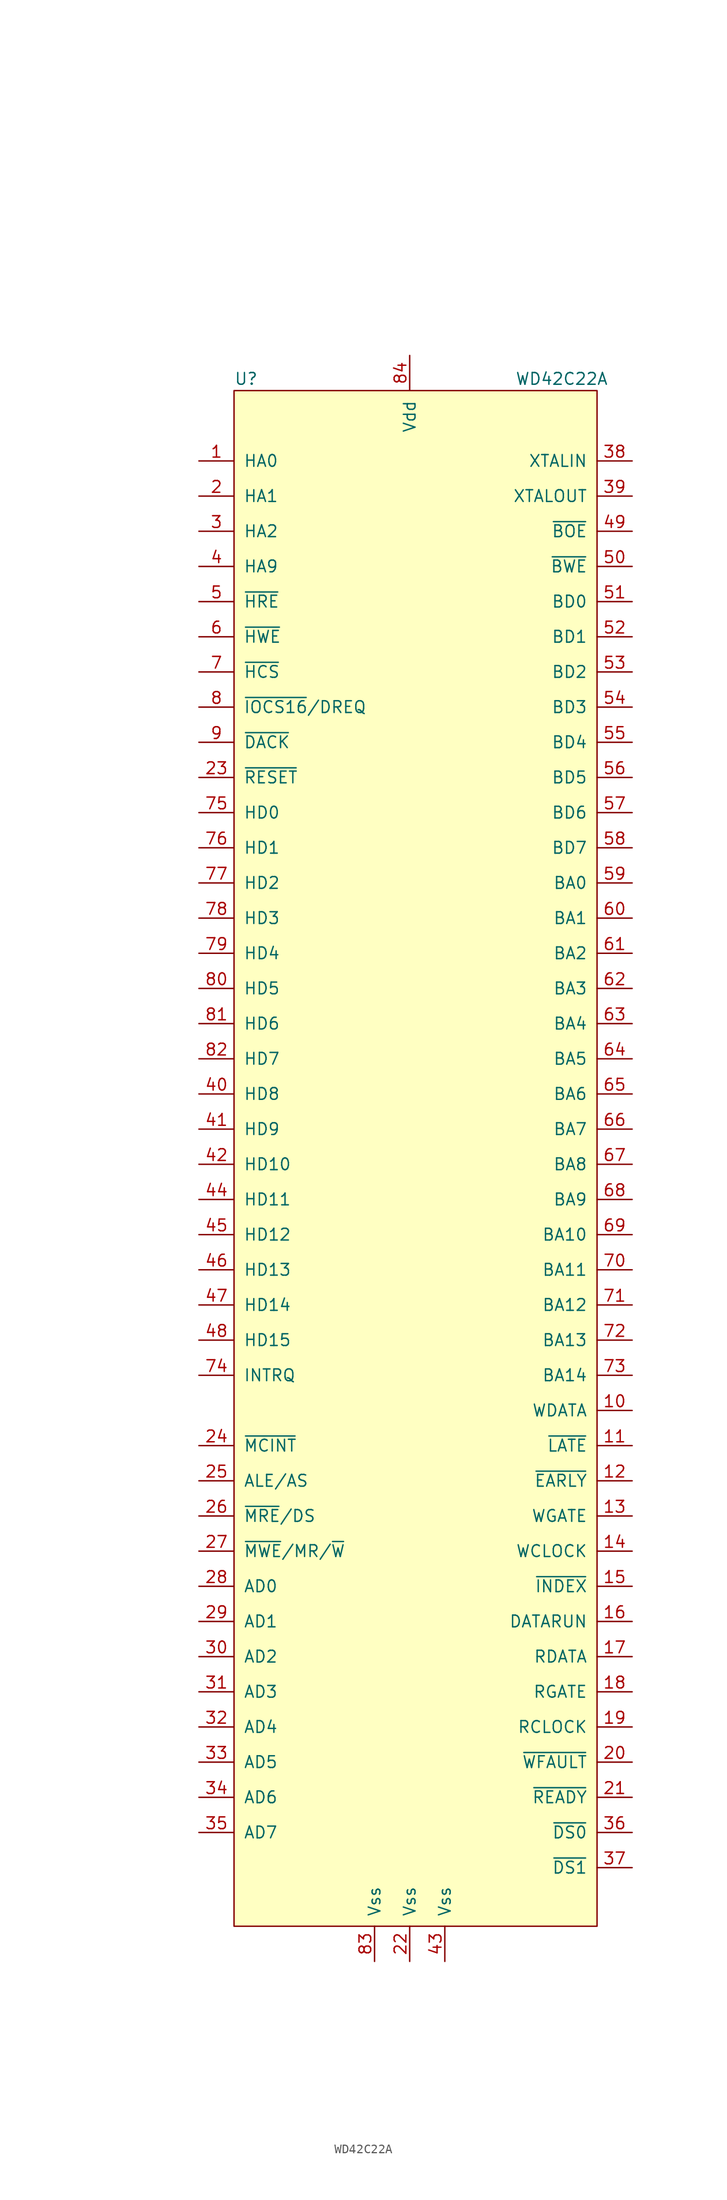
<source format=kicad_sym>
(kicad_symbol_lib
  (version 20241209)
  (generator "kicad_symbol_editor")
  (generator_version "9.0")
  (symbol "WD42C22A"
    (pin_names
      (offset 1.016))
    (property "Reference" "U"
      (at -19.05 82.55 0)
      (do_not_autoplace)
      (effects (font (size 1.27 1.27)) (justify left)))
    (property "Value" "WD42C22A"
      (at 11.43 82.55 0)
      (do_not_autoplace)
      (effects (font (size 1.27 1.27)) (justify left)))
    (symbol "WD42C22A_0_0"
      (text "" (at -34.29 100.33 0) (effects (font (size 1.27 1.27))))
      (text "" (at 7.62 -87.63 0) (effects (font (size 1.27 1.27)))))
    (symbol "WD42C22A_1_1"
      (rectangle (start -19.05 81.28) (end 20.32 -85.09) (stroke (width 0) (type default)) (fill (type background)))
      (pin input line (at -22.86 73.66 0) (length 3.81) (name "HA0" (effects (font (size 1.27 1.27)))) (number "1" (effects (font (size 1.27 1.27)))))
      (pin input line (at -22.86 69.85 0) (length 3.81) (name "HA1" (effects (font (size 1.27 1.27)))) (number "2" (effects (font (size 1.27 1.27)))))
      (pin input line (at -22.86 66.04 0) (length 3.81) (name "HA2" (effects (font (size 1.27 1.27)))) (number "3" (effects (font (size 1.27 1.27)))))
      (pin input line (at -22.86 62.23 0) (length 3.81) (name "HA9" (effects (font (size 1.27 1.27)))) (number "4" (effects (font (size 1.27 1.27)))))
      (pin input line (at -22.86 58.42 0) (length 3.81) (name "~{HRE}" (effects (font (size 1.27 1.27)))) (number "5" (effects (font (size 1.27 1.27)))))
      (pin input line (at -22.86 54.61 0) (length 3.81) (name "~{HWE}" (effects (font (size 1.27 1.27)))) (number "6" (effects (font (size 1.27 1.27)))))
      (pin input line (at -22.86 50.8 0) (length 3.81) (name "~{HCS}" (effects (font (size 1.27 1.27)))) (number "7" (effects (font (size 1.27 1.27)))))
      (pin output line (at -22.86 46.99 0) (length 3.81) (name "~{IOCS16}/DREQ" (effects (font (size 1.27 1.27)))) (number "8" (effects (font (size 1.27 1.27)))))
      (pin input line (at -22.86 43.18 0) (length 3.81) (name "~{DACK}" (effects (font (size 1.27 1.27)))) (number "9" (effects (font (size 1.27 1.27)))))
      (pin bidirectional line (at -22.86 39.37 0) (length 3.81) (name "~{RESET}" (effects (font (size 1.27 1.27)))) (number "23" (effects (font (size 1.27 1.27)))))
      (pin bidirectional line (at -22.86 35.56 0) (length 3.81) (name "HD0" (effects (font (size 1.27 1.27)))) (number "75" (effects (font (size 1.27 1.27)))))
      (pin bidirectional line (at -22.86 31.75 0) (length 3.81) (name "HD1" (effects (font (size 1.27 1.27)))) (number "76" (effects (font (size 1.27 1.27)))))
      (pin bidirectional line (at -22.86 27.94 0) (length 3.81) (name "HD2" (effects (font (size 1.27 1.27)))) (number "77" (effects (font (size 1.27 1.27)))))
      (pin bidirectional line (at -22.86 24.13 0) (length 3.81) (name "HD3" (effects (font (size 1.27 1.27)))) (number "78" (effects (font (size 1.27 1.27)))))
      (pin bidirectional line (at -22.86 20.32 0) (length 3.81) (name "HD4" (effects (font (size 1.27 1.27)))) (number "79" (effects (font (size 1.27 1.27)))))
      (pin bidirectional line (at -22.86 16.51 0) (length 3.81) (name "HD5" (effects (font (size 1.27 1.27)))) (number "80" (effects (font (size 1.27 1.27)))))
      (pin bidirectional line (at -22.86 12.7 0) (length 3.81) (name "HD6" (effects (font (size 1.27 1.27)))) (number "81" (effects (font (size 1.27 1.27)))))
      (pin bidirectional line (at -22.86 8.89 0) (length 3.81) (name "HD7" (effects (font (size 1.27 1.27)))) (number "82" (effects (font (size 1.27 1.27)))))
      (pin bidirectional line (at -22.86 5.08 0) (length 3.81) (name "HD8" (effects (font (size 1.27 1.27)))) (number "40" (effects (font (size 1.27 1.27)))))
      (pin bidirectional line (at -22.86 1.27 0) (length 3.81) (name "HD9" (effects (font (size 1.27 1.27)))) (number "41" (effects (font (size 1.27 1.27)))))
      (pin bidirectional line (at -22.86 -2.54 0) (length 3.81) (name "HD10" (effects (font (size 1.27 1.27)))) (number "42" (effects (font (size 1.27 1.27)))))
      (pin bidirectional line (at -22.86 -6.35 0) (length 3.81) (name "HD11" (effects (font (size 1.27 1.27)))) (number "44" (effects (font (size 1.27 1.27)))))
      (pin bidirectional line (at -22.86 -10.16 0) (length 3.81) (name "HD12" (effects (font (size 1.27 1.27)))) (number "45" (effects (font (size 1.27 1.27)))))
      (pin bidirectional line (at -22.86 -13.97 0) (length 3.81) (name "HD13" (effects (font (size 1.27 1.27)))) (number "46" (effects (font (size 1.27 1.27)))))
      (pin bidirectional line (at -22.86 -17.78 0) (length 3.81) (name "HD14" (effects (font (size 1.27 1.27)))) (number "47" (effects (font (size 1.27 1.27)))))
      (pin bidirectional line (at -22.86 -21.59 0) (length 3.81) (name "HD15" (effects (font (size 1.27 1.27)))) (number "48" (effects (font (size 1.27 1.27)))))
      (pin output line (at -22.86 -25.4 0) (length 3.81) (name "INTRQ" (effects (font (size 1.27 1.27)))) (number "74" (effects (font (size 1.27 1.27)))))
      (pin output line (at -22.86 -33.02 0) (length 3.81) (name "~{MCINT}" (effects (font (size 1.27 1.27)))) (number "24" (effects (font (size 1.27 1.27)))))
      (pin input line (at -22.86 -36.83 0) (length 3.81) (name "ALE/AS" (effects (font (size 1.27 1.27)))) (number "25" (effects (font (size 1.27 1.27)))))
      (pin input line (at -22.86 -40.64 0) (length 3.81) (name "~{MRE}/DS" (effects (font (size 1.27 1.27)))) (number "26" (effects (font (size 1.27 1.27)))))
      (pin input line (at -22.86 -44.45 0) (length 3.81) (name "~{MWE}/MR/~{W}" (effects (font (size 1.27 1.27)))) (number "27" (effects (font (size 1.27 1.27)))))
      (pin bidirectional line (at -22.86 -48.26 0) (length 3.81) (name "AD0" (effects (font (size 1.27 1.27)))) (number "28" (effects (font (size 1.27 1.27)))))
      (pin bidirectional line (at -22.86 -52.07 0) (length 3.81) (name "AD1" (effects (font (size 1.27 1.27)))) (number "29" (effects (font (size 1.27 1.27)))))
      (pin bidirectional line (at -22.86 -55.88 0) (length 3.81) (name "AD2" (effects (font (size 1.27 1.27)))) (number "30" (effects (font (size 1.27 1.27)))))
      (pin bidirectional line (at -22.86 -59.69 0) (length 3.81) (name "AD3" (effects (font (size 1.27 1.27)))) (number "31" (effects (font (size 1.27 1.27)))))
      (pin bidirectional line (at -22.86 -63.5 0) (length 3.81) (name "AD4" (effects (font (size 1.27 1.27)))) (number "32" (effects (font (size 1.27 1.27)))))
      (pin bidirectional line (at -22.86 -67.31 0) (length 3.81) (name "AD5" (effects (font (size 1.27 1.27)))) (number "33" (effects (font (size 1.27 1.27)))))
      (pin bidirectional line (at -22.86 -71.12 0) (length 3.81) (name "AD6" (effects (font (size 1.27 1.27)))) (number "34" (effects (font (size 1.27 1.27)))))
      (pin bidirectional line (at -22.86 -74.93 0) (length 3.81) (name "AD7" (effects (font (size 1.27 1.27)))) (number "35" (effects (font (size 1.27 1.27)))))
      (pin power_in line (at -3.81 -88.9 90) (length 3.81) (name "Vss" (effects (font (size 1.27 1.27)))) (number "83" (effects (font (size 1.27 1.27)))))
      (pin power_in line (at 0 85.09 270) (length 3.81) (name "Vdd" (effects (font (size 1.27 1.27)))) (number "84" (effects (font (size 1.27 1.27)))))
      (pin power_in line (at 0 -88.9 90) (length 3.81) (name "Vss" (effects (font (size 1.27 1.27)))) (number "22" (effects (font (size 1.27 1.27)))))
      (pin power_in line (at 3.81 -88.9 90) (length 3.81) (name "Vss" (effects (font (size 1.27 1.27)))) (number "43" (effects (font (size 1.27 1.27)))))
      (pin input line (at 24.13 73.66 180) (length 3.81) (name "XTALIN" (effects (font (size 1.27 1.27)))) (number "38" (effects (font (size 1.27 1.27)))))
      (pin output line (at 24.13 69.85 180) (length 3.81) (name "XTALOUT" (effects (font (size 1.27 1.27)))) (number "39" (effects (font (size 1.27 1.27)))))
      (pin output line (at 24.13 66.04 180) (length 3.81) (name "~{BOE}" (effects (font (size 1.27 1.27)))) (number "49" (effects (font (size 1.27 1.27)))))
      (pin output line (at 24.13 62.23 180) (length 3.81) (name "~{BWE}" (effects (font (size 1.27 1.27)))) (number "50" (effects (font (size 1.27 1.27)))))
      (pin bidirectional line (at 24.13 58.42 180) (length 3.81) (name "BD0" (effects (font (size 1.27 1.27)))) (number "51" (effects (font (size 1.27 1.27)))))
      (pin bidirectional line (at 24.13 54.61 180) (length 3.81) (name "BD1" (effects (font (size 1.27 1.27)))) (number "52" (effects (font (size 1.27 1.27)))))
      (pin bidirectional line (at 24.13 50.8 180) (length 3.81) (name "BD2" (effects (font (size 1.27 1.27)))) (number "53" (effects (font (size 1.27 1.27)))))
      (pin bidirectional line (at 24.13 46.99 180) (length 3.81) (name "BD3" (effects (font (size 1.27 1.27)))) (number "54" (effects (font (size 1.27 1.27)))))
      (pin bidirectional line (at 24.13 43.18 180) (length 3.81) (name "BD4" (effects (font (size 1.27 1.27)))) (number "55" (effects (font (size 1.27 1.27)))))
      (pin bidirectional line (at 24.13 39.37 180) (length 3.81) (name "BD5" (effects (font (size 1.27 1.27)))) (number "56" (effects (font (size 1.27 1.27)))))
      (pin bidirectional line (at 24.13 35.56 180) (length 3.81) (name "BD6" (effects (font (size 1.27 1.27)))) (number "57" (effects (font (size 1.27 1.27)))))
      (pin bidirectional line (at 24.13 31.75 180) (length 3.81) (name "BD7" (effects (font (size 1.27 1.27)))) (number "58" (effects (font (size 1.27 1.27)))))
      (pin bidirectional line (at 24.13 27.94 180) (length 3.81) (name "BA0" (effects (font (size 1.27 1.27)))) (number "59" (effects (font (size 1.27 1.27)))))
      (pin bidirectional line (at 24.13 24.13 180) (length 3.81) (name "BA1" (effects (font (size 1.27 1.27)))) (number "60" (effects (font (size 1.27 1.27)))))
      (pin bidirectional line (at 24.13 20.32 180) (length 3.81) (name "BA2" (effects (font (size 1.27 1.27)))) (number "61" (effects (font (size 1.27 1.27)))))
      (pin bidirectional line (at 24.13 16.51 180) (length 3.81) (name "BA3" (effects (font (size 1.27 1.27)))) (number "62" (effects (font (size 1.27 1.27)))))
      (pin bidirectional line (at 24.13 12.7 180) (length 3.81) (name "BA4" (effects (font (size 1.27 1.27)))) (number "63" (effects (font (size 1.27 1.27)))))
      (pin bidirectional line (at 24.13 8.89 180) (length 3.81) (name "BA5" (effects (font (size 1.27 1.27)))) (number "64" (effects (font (size 1.27 1.27)))))
      (pin bidirectional line (at 24.13 5.08 180) (length 3.81) (name "BA6" (effects (font (size 1.27 1.27)))) (number "65" (effects (font (size 1.27 1.27)))))
      (pin bidirectional line (at 24.13 1.27 180) (length 3.81) (name "BA7" (effects (font (size 1.27 1.27)))) (number "66" (effects (font (size 1.27 1.27)))))
      (pin bidirectional line (at 24.13 -2.54 180) (length 3.81) (name "BA8" (effects (font (size 1.27 1.27)))) (number "67" (effects (font (size 1.27 1.27)))))
      (pin bidirectional line (at 24.13 -6.35 180) (length 3.81) (name "BA9" (effects (font (size 1.27 1.27)))) (number "68" (effects (font (size 1.27 1.27)))))
      (pin bidirectional line (at 24.13 -10.16 180) (length 3.81) (name "BA10" (effects (font (size 1.27 1.27)))) (number "69" (effects (font (size 1.27 1.27)))))
      (pin bidirectional line (at 24.13 -13.97 180) (length 3.81) (name "BA11" (effects (font (size 1.27 1.27)))) (number "70" (effects (font (size 1.27 1.27)))))
      (pin bidirectional line (at 24.13 -17.78 180) (length 3.81) (name "BA12" (effects (font (size 1.27 1.27)))) (number "71" (effects (font (size 1.27 1.27)))))
      (pin bidirectional line (at 24.13 -21.59 180) (length 3.81) (name "BA13" (effects (font (size 1.27 1.27)))) (number "72" (effects (font (size 1.27 1.27)))))
      (pin bidirectional line (at 24.13 -25.4 180) (length 3.81) (name "BA14" (effects (font (size 1.27 1.27)))) (number "73" (effects (font (size 1.27 1.27)))))
      (pin output line (at 24.13 -29.21 180) (length 3.81) (name "WDATA" (effects (font (size 1.27 1.27)))) (number "10" (effects (font (size 1.27 1.27)))))
      (pin output line (at 24.13 -33.02 180) (length 3.81) (name "~{LATE}" (effects (font (size 1.27 1.27)))) (number "11" (effects (font (size 1.27 1.27)))))
      (pin output line (at 24.13 -36.83 180) (length 3.81) (name "~{EARLY}" (effects (font (size 1.27 1.27)))) (number "12" (effects (font (size 1.27 1.27)))))
      (pin output line (at 24.13 -40.64 180) (length 3.81) (name "WGATE" (effects (font (size 1.27 1.27)))) (number "13" (effects (font (size 1.27 1.27)))))
      (pin input line (at 24.13 -44.45 180) (length 3.81) (name "WCLOCK" (effects (font (size 1.27 1.27)))) (number "14" (effects (font (size 1.27 1.27)))))
      (pin input line (at 24.13 -48.26 180) (length 3.81) (name "~{INDEX}" (effects (font (size 1.27 1.27)))) (number "15" (effects (font (size 1.27 1.27)))))
      (pin input line (at 24.13 -52.07 180) (length 3.81) (name "DATARUN" (effects (font (size 1.27 1.27)))) (number "16" (effects (font (size 1.27 1.27)))))
      (pin input line (at 24.13 -55.88 180) (length 3.81) (name "RDATA" (effects (font (size 1.27 1.27)))) (number "17" (effects (font (size 1.27 1.27)))))
      (pin output line (at 24.13 -59.69 180) (length 3.81) (name "RGATE" (effects (font (size 1.27 1.27)))) (number "18" (effects (font (size 1.27 1.27)))))
      (pin input line (at 24.13 -63.5 180) (length 3.81) (name "RCLOCK" (effects (font (size 1.27 1.27)))) (number "19" (effects (font (size 1.27 1.27)))))
      (pin input line (at 24.13 -67.31 180) (length 3.81) (name "~{WFAULT}" (effects (font (size 1.27 1.27)))) (number "20" (effects (font (size 1.27 1.27)))))
      (pin input line (at 24.13 -71.12 180) (length 3.81) (name "~{READY}" (effects (font (size 1.27 1.27)))) (number "21" (effects (font (size 1.27 1.27)))))
      (pin output line (at 24.13 -74.93 180) (length 3.81) (name "~{DS0}" (effects (font (size 1.27 1.27)))) (number "36" (effects (font (size 1.27 1.27)))))
      (pin output line (at 24.13 -78.74 180) (length 3.81) (name "~{DS1}" (effects (font (size 1.27 1.27)))) (number "37" (effects (font (size 1.27 1.27))))))))
</source>
